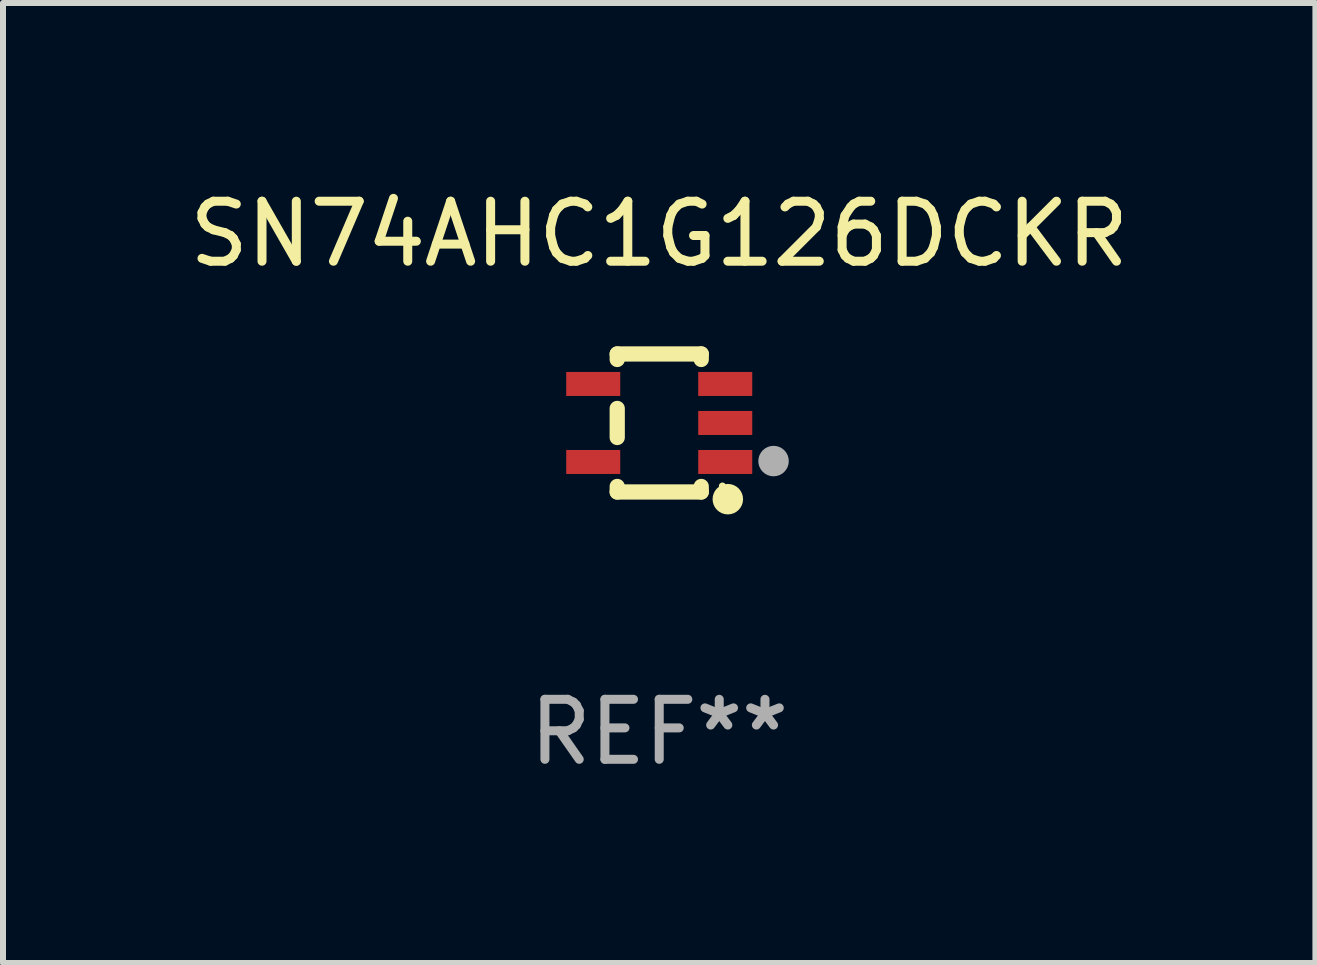
<source format=kicad_pcb>
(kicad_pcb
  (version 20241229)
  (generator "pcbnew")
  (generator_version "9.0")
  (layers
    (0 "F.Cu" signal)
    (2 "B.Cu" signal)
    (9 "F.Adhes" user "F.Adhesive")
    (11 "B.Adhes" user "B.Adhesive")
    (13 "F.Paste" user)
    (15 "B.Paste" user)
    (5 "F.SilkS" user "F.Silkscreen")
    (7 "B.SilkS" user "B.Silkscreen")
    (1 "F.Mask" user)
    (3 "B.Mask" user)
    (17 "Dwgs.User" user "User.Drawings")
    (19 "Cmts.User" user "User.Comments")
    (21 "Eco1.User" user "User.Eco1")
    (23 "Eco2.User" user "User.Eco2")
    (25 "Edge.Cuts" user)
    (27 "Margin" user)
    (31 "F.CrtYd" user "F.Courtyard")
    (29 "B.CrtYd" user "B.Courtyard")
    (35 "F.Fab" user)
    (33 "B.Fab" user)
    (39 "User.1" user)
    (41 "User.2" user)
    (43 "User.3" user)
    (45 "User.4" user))
  (footprint "SN74AHC1G126DCKR"
    (layer "F.Cu")
    (at 7.935 3.998)
    (property "Reference" "SN74AHC1G126DCKR" (at 0 -3.15 0) (layer "F.SilkS") (effects (font (size 1 1) (thickness 0.15))))
    (attr through_hole)
    (fp_line (start -0.7 -1.15) (end 0.7 -1.15) (stroke (width 0.254) (type solid)) (layer "F.SilkS"))
    (fp_line (start -0.7 -1.058) (end -0.7 -1.15) (stroke (width 0.254) (type solid)) (layer "F.SilkS"))
    (fp_line (start -0.7 0.242) (end -0.7 -0.242) (stroke (width 0.254) (type solid)) (layer "F.SilkS"))
    (fp_line (start -0.7 1.15) (end -0.7 1.058) (stroke (width 0.254) (type solid)) (layer "F.SilkS"))
    (fp_line (start -0.7 1.15) (end 0.7 1.15) (stroke (width 0.254) (type solid)) (layer "F.SilkS"))
    (fp_line (start 0.7 -1.058) (end 0.7 -1.15) (stroke (width 0.254) (type solid)) (layer "F.SilkS"))
    (fp_line (start 0.7 1.15) (end 0.7 1.058) (stroke (width 0.254) (type solid)) (layer "F.SilkS"))
    (fp_circle (center 1.053 1.052) (end 1.083 1.052) (stroke (width 0.06) (type solid)) (fill no) (layer "F.SilkS"))
    (fp_circle (center 1.143 1.27) (end 1.27 1.27) (stroke (width 0.254) (type solid)) (fill no) (layer "F.SilkS"))
    (fp_circle (center 1.905 0.635) (end 2.032 0.635) (stroke (width 0.254) (type solid)) (fill no) (layer "F.Fab"))
    (fp_text user "REF**" (at 0 5.15 0) (layer "F.Fab") (effects (font (size 1 1) (thickness 0.15))))
    (pad "1" smd rect (at 1.1 0.65 90) (size 0.4 0.9) (layers "F.Cu" "F.Mask" "F.Paste"))
    (pad "2" smd rect (at 1.1 0.000076 90) (size 0.4 0.9) (layers "F.Cu" "F.Mask" "F.Paste"))
    (pad "3" smd rect (at 1.1 -0.65 90) (size 0.4 0.9) (layers "F.Cu" "F.Mask" "F.Paste"))
    (pad "4" smd rect (at -1.1 -0.65 90) (size 0.4 0.9) (layers "F.Cu" "F.Mask" "F.Paste"))
    (pad "5" smd rect (at -1.1 0.65 90) (size 0.4 0.9) (layers "F.Cu" "F.Mask" "F.Paste")))
  (gr_rect
    (start -3 -3)
    (end 18.869 12.997)
    (stroke (width 0.1) (type default))
    (fill no)
    (layer "Edge.Cuts")))
</source>
